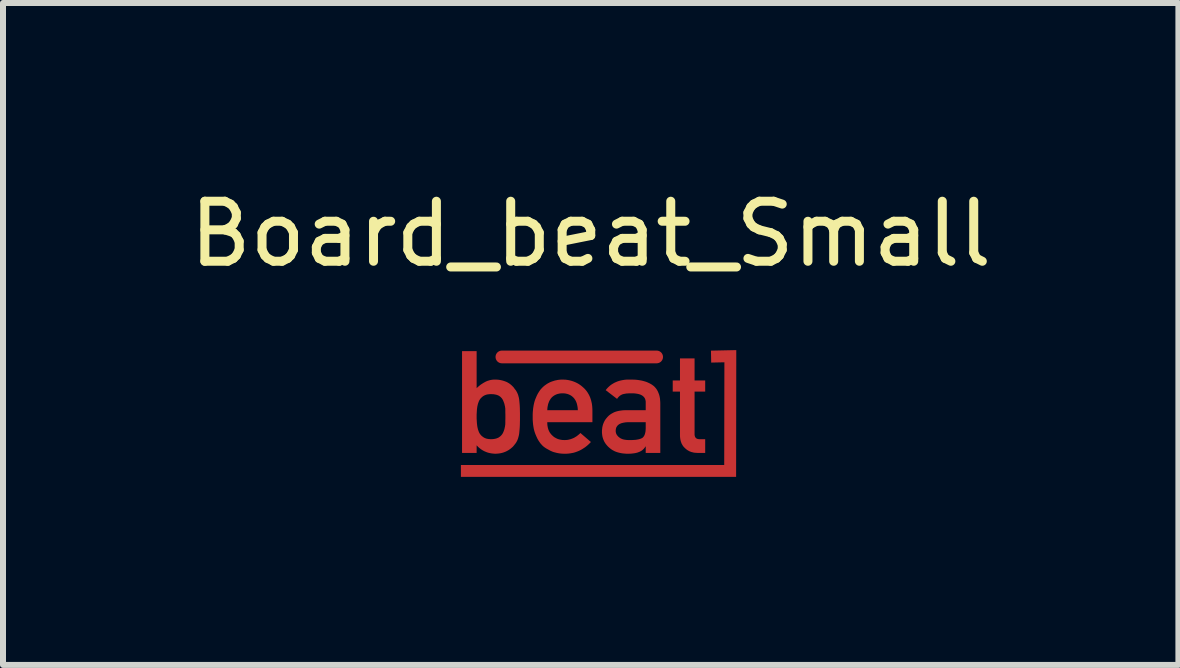
<source format=kicad_pcb>
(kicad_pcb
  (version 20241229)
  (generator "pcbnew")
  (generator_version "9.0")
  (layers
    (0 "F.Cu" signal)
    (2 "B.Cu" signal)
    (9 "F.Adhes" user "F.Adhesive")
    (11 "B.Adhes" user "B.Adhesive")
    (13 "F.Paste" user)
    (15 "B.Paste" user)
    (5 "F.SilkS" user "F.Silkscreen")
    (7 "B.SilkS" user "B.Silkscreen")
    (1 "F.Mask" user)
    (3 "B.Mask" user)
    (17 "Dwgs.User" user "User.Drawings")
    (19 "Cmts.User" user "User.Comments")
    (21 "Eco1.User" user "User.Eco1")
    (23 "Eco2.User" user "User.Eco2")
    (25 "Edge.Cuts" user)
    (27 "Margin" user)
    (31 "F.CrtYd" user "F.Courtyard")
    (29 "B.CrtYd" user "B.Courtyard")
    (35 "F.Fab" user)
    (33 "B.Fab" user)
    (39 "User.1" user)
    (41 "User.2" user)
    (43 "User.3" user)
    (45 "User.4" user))
  (footprint "Board_beat_Small"
    (layer "F.Cu")
    (at 6.792 3.848)
    (property "Reference" "Board_beat_Small" (at 0 -3 0) (unlocked yes) (layer "F.SilkS") (effects (font (size 1 1) (thickness 0.15))))
    (attr exclude_from_pos_files exclude_from_bom allow_missing_courtyard)
    (fp_line (start -1.48 -0.951) (end 1.098 -0.951) (stroke (width 0.212) (type solid)) (layer "F.Cu"))
    (fp_poly (pts (xy 2.422 1.047) (xy -2.163 1.047) (xy -2.163 0.849) (xy 2.224 0.849) (xy 2.227 -0.862) (xy 2.007 -0.857) (xy 2.003 -1.056) (xy 2.425 -1.065)) (stroke (width 0) (type solid)) (fill yes) (layer "F.Cu"))
    (fp_poly (pts (xy 1.73 -0.559) (xy 1.907 -0.559) (xy 1.907 -0.374) (xy 1.73 -0.374) (xy 1.73 0.329) (xy 1.73 0.335) (xy 1.73 0.34) (xy 1.73 0.345) (xy 1.731 0.351) (xy 1.732 0.355) (xy 1.732 0.36) (xy 1.733 0.365) (xy 1.735 0.369) (xy 1.736 0.373) (xy 1.737 0.377) (xy 1.739 0.381) (xy 1.741 0.385) (xy 1.743 0.388) (xy 1.745 0.391) (xy 1.748 0.395) (xy 1.75 0.397) (xy 1.753 0.4) (xy 1.756 0.403) (xy 1.759 0.405) (xy 1.762 0.407) (xy 1.766 0.409) (xy 1.77 0.411) (xy 1.773 0.413) (xy 1.777 0.414) (xy 1.782 0.415) (xy 1.786 0.416) (xy 1.791 0.417) (xy 1.795 0.418) (xy 1.8 0.418) (xy 1.805 0.419) (xy 1.811 0.419) (xy 1.816 0.419) (xy 1.907 0.419) (xy 1.907 0.648) (xy 1.78 0.648) (xy 1.764 0.647) (xy 1.749 0.646) (xy 1.734 0.645) (xy 1.719 0.643) (xy 1.705 0.64) (xy 1.691 0.636) (xy 1.677 0.633) (xy 1.664 0.628) (xy 1.651 0.623) (xy 1.638 0.617) (xy 1.626 0.61) (xy 1.614 0.603) (xy 1.603 0.596) (xy 1.592 0.587) (xy 1.581 0.578) (xy 1.571 0.569) (xy 1.561 0.559) (xy 1.551 0.549) (xy 1.542 0.538) (xy 1.534 0.527) (xy 1.527 0.515) (xy 1.52 0.502) (xy 1.513 0.49) (xy 1.508 0.476) (xy 1.503 0.462) (xy 1.499 0.448) (xy 1.495 0.433) (xy 1.492 0.417) (xy 1.49 0.401) (xy 1.488 0.385) (xy 1.487 0.368) (xy 1.487 0.35) (xy 1.487 -0.374) (xy 1.366 -0.374) (xy 1.366 -0.559) (xy 1.487 -0.559) (xy 1.487 -0.927) (xy 1.73 -0.927)) (stroke (width 0) (type solid)) (fill yes) (layer "F.Cu"))
    (fp_poly (pts (xy -0.444 -0.573) (xy -0.419 -0.572) (xy -0.395 -0.569) (xy -0.37 -0.565) (xy -0.347 -0.56) (xy -0.324 -0.554) (xy -0.301 -0.547) (xy -0.279 -0.539) (xy -0.257 -0.53) (xy -0.236 -0.52) (xy -0.215 -0.509) (xy -0.195 -0.497) (xy -0.176 -0.484) (xy -0.157 -0.47) (xy -0.138 -0.454) (xy -0.12 -0.438) (xy -0.102 -0.421) (xy -0.086 -0.403) (xy -0.07 -0.384) (xy -0.056 -0.364) (xy -0.043 -0.343) (xy -0.031 -0.322) (xy -0.02 -0.3) (xy -0.01 -0.277) (xy -0.002 -0.253) (xy 0.006 -0.228) (xy 0.012 -0.203) (xy 0.018 -0.177) (xy 0.022 -0.15) (xy 0.025 -0.122) (xy 0.027 -0.093) (xy 0.028 -0.064) (xy 0.028 0.136) (xy -0.724 0.136) (xy -0.724 0.154) (xy -0.723 0.171) (xy -0.722 0.188) (xy -0.719 0.204) (xy -0.716 0.22) (xy -0.713 0.235) (xy -0.708 0.25) (xy -0.704 0.264) (xy -0.698 0.277) (xy -0.692 0.29) (xy -0.685 0.303) (xy -0.677 0.315) (xy -0.669 0.326) (xy -0.66 0.337) (xy -0.651 0.347) (xy -0.641 0.357) (xy -0.631 0.366) (xy -0.621 0.375) (xy -0.61 0.383) (xy -0.599 0.391) (xy -0.587 0.397) (xy -0.575 0.404) (xy -0.563 0.409) (xy -0.551 0.415) (xy -0.538 0.419) (xy -0.524 0.423) (xy -0.51 0.426) (xy -0.496 0.429) (xy -0.482 0.431) (xy -0.467 0.433) (xy -0.452 0.433) (xy -0.436 0.434) (xy -0.418 0.433) (xy -0.4 0.432) (xy -0.382 0.43) (xy -0.364 0.426) (xy -0.347 0.422) (xy -0.33 0.417) (xy -0.313 0.411) (xy -0.296 0.404) (xy -0.28 0.397) (xy -0.264 0.388) (xy -0.248 0.378) (xy -0.232 0.368) (xy -0.217 0.356) (xy -0.202 0.344) (xy -0.187 0.331) (xy -0.172 0.316) (xy 0.003 0.466) (xy -0.02 0.49) (xy -0.044 0.513) (xy -0.068 0.533) (xy -0.093 0.553) (xy -0.119 0.57) (xy -0.144 0.586) (xy -0.171 0.601) (xy -0.198 0.614) (xy -0.225 0.625) (xy -0.253 0.635) (xy -0.282 0.644) (xy -0.311 0.65) (xy -0.34 0.655) (xy -0.37 0.659) (xy -0.401 0.661) (xy -0.432 0.662) (xy -0.455 0.661) (xy -0.479 0.66) (xy -0.502 0.658) (xy -0.526 0.655) (xy -0.549 0.651) (xy -0.572 0.646) (xy -0.595 0.64) (xy -0.618 0.634) (xy -0.629 0.63) (xy -0.64 0.626) (xy -0.651 0.621) (xy -0.662 0.616) (xy -0.673 0.611) (xy -0.684 0.605) (xy -0.695 0.599) (xy -0.706 0.593) (xy -0.717 0.587) (xy -0.728 0.581) (xy -0.739 0.575) (xy -0.75 0.568) (xy -0.76 0.561) (xy -0.771 0.554) (xy -0.781 0.546) (xy -0.791 0.538) (xy -0.8 0.53) (xy -0.809 0.521) (xy -0.818 0.511) (xy -0.827 0.501) (xy -0.836 0.491) (xy -0.844 0.48) (xy -0.852 0.469) (xy -0.86 0.457) (xy -0.868 0.446) (xy -0.875 0.433) (xy -0.883 0.42) (xy -0.89 0.407) (xy -0.896 0.393) (xy -0.903 0.379) (xy -0.909 0.365) (xy -0.915 0.35) (xy -0.922 0.335) (xy -0.927 0.32) (xy -0.933 0.304) (xy -0.938 0.287) (xy -0.943 0.27) (xy -0.947 0.253) (xy -0.951 0.235) (xy -0.954 0.216) (xy -0.957 0.197) (xy -0.96 0.177) (xy -0.962 0.157) (xy -0.964 0.136) (xy -0.967 0.093) (xy -0.967 0.048) (xy -0.967 0.026) (xy -0.967 0.004) (xy -0.966 -0.017) (xy -0.965 -0.038) (xy -0.963 -0.058) (xy -0.962 -0.064) (xy -0.724 -0.064) (xy -0.215 -0.064) (xy -0.216 -0.081) (xy -0.217 -0.098) (xy -0.219 -0.114) (xy -0.222 -0.13) (xy -0.225 -0.145) (xy -0.228 -0.16) (xy -0.232 -0.174) (xy -0.236 -0.187) (xy -0.241 -0.2) (xy -0.247 -0.213) (xy -0.253 -0.225) (xy -0.259 -0.236) (xy -0.267 -0.247) (xy -0.274 -0.258) (xy -0.282 -0.267) (xy -0.291 -0.277) (xy -0.3 -0.285) (xy -0.309 -0.293) (xy -0.318 -0.3) (xy -0.328 -0.307) (xy -0.338 -0.313) (xy -0.349 -0.318) (xy -0.359 -0.324) (xy -0.37 -0.328) (xy -0.382 -0.332) (xy -0.393 -0.336) (xy -0.405 -0.338) (xy -0.418 -0.341) (xy -0.43 -0.343) (xy -0.443 -0.344) (xy -0.456 -0.345) (xy -0.47 -0.345) (xy -0.483 -0.345) (xy -0.497 -0.344) (xy -0.51 -0.343) (xy -0.522 -0.341) (xy -0.534 -0.338) (xy -0.546 -0.336) (xy -0.558 -0.332) (xy -0.569 -0.328) (xy -0.58 -0.324) (xy -0.591 -0.318) (xy -0.601 -0.313) (xy -0.612 -0.307) (xy -0.621 -0.3) (xy -0.631 -0.293) (xy -0.64 -0.285) (xy -0.649 -0.277) (xy -0.657 -0.267) (xy -0.665 -0.258) (xy -0.672 -0.247) (xy -0.679 -0.236) (xy -0.686 -0.225) (xy -0.692 -0.213) (xy -0.697 -0.2) (xy -0.702 -0.187) (xy -0.707 -0.174) (xy -0.711 -0.16) (xy -0.714 -0.145) (xy -0.717 -0.13) (xy -0.72 -0.114) (xy -0.722 -0.098) (xy -0.723 -0.081) (xy -0.724 -0.064) (xy -0.962 -0.064) (xy -0.961 -0.078) (xy -0.959 -0.097) (xy -0.956 -0.116) (xy -0.953 -0.135) (xy -0.95 -0.152) (xy -0.946 -0.17) (xy -0.942 -0.187) (xy -0.938 -0.203) (xy -0.933 -0.219) (xy -0.928 -0.235) (xy -0.922 -0.25) (xy -0.916 -0.265) (xy -0.91 -0.279) (xy -0.904 -0.293) (xy -0.898 -0.307) (xy -0.891 -0.321) (xy -0.885 -0.333) (xy -0.878 -0.346) (xy -0.87 -0.358) (xy -0.863 -0.37) (xy -0.855 -0.381) (xy -0.848 -0.392) (xy -0.84 -0.403) (xy -0.832 -0.413) (xy -0.823 -0.422) (xy -0.815 -0.432) (xy -0.806 -0.441) (xy -0.797 -0.449) (xy -0.788 -0.458) (xy -0.778 -0.466) (xy -0.769 -0.474) (xy -0.759 -0.481) (xy -0.749 -0.488) (xy -0.739 -0.495) (xy -0.729 -0.502) (xy -0.719 -0.508) (xy -0.709 -0.514) (xy -0.698 -0.519) (xy -0.688 -0.525) (xy -0.677 -0.53) (xy -0.666 -0.535) (xy -0.655 -0.539) (xy -0.644 -0.543) (xy -0.622 -0.55) (xy -0.611 -0.554) (xy -0.6 -0.557) (xy -0.589 -0.56) (xy -0.578 -0.562) (xy -0.567 -0.564) (xy -0.556 -0.567) (xy -0.546 -0.568) (xy -0.535 -0.57) (xy -0.524 -0.571) (xy -0.513 -0.572) (xy -0.502 -0.573) (xy -0.491 -0.574) (xy -0.481 -0.574) (xy -0.47 -0.574)) (stroke (width 0) (type solid)) (fill yes) (layer "F.Cu"))
    (fp_poly (pts (xy 0.685 -0.574) (xy 0.712 -0.573) (xy 0.739 -0.572) (xy 0.765 -0.57) (xy 0.79 -0.567) (xy 0.815 -0.563) (xy 0.839 -0.559) (xy 0.862 -0.554) (xy 0.884 -0.548) (xy 0.906 -0.542) (xy 0.927 -0.535) (xy 0.947 -0.527) (xy 0.966 -0.518) (xy 0.985 -0.509) (xy 1.003 -0.499) (xy 1.021 -0.488) (xy 1.037 -0.476) (xy 1.053 -0.464) (xy 1.067 -0.45) (xy 1.08 -0.435) (xy 1.093 -0.419) (xy 1.104 -0.402) (xy 1.114 -0.384) (xy 1.123 -0.365) (xy 1.131 -0.345) (xy 1.139 -0.324) (xy 1.145 -0.302) (xy 1.15 -0.279) (xy 1.154 -0.255) (xy 1.156 -0.23) (xy 1.158 -0.204) (xy 1.159 -0.177) (xy 1.159 0.648) (xy 0.916 0.648) (xy 0.916 0.541) (xy 0.911 0.541) (xy 0.907 0.548) (xy 0.902 0.556) (xy 0.897 0.563) (xy 0.892 0.569) (xy 0.887 0.576) (xy 0.881 0.582) (xy 0.875 0.588) (xy 0.868 0.594) (xy 0.862 0.6) (xy 0.855 0.605) (xy 0.848 0.61) (xy 0.84 0.615) (xy 0.832 0.619) (xy 0.824 0.624) (xy 0.816 0.628) (xy 0.807 0.631) (xy 0.798 0.635) (xy 0.789 0.638) (xy 0.779 0.642) (xy 0.769 0.645) (xy 0.758 0.647) (xy 0.747 0.65) (xy 0.736 0.652) (xy 0.724 0.654) (xy 0.699 0.657) (xy 0.672 0.66) (xy 0.644 0.661) (xy 0.614 0.662) (xy 0.589 0.661) (xy 0.565 0.659) (xy 0.541 0.657) (xy 0.518 0.654) (xy 0.496 0.65) (xy 0.475 0.645) (xy 0.455 0.64) (xy 0.435 0.634) (xy 0.416 0.627) (xy 0.397 0.619) (xy 0.38 0.61) (xy 0.363 0.601) (xy 0.346 0.59) (xy 0.331 0.579) (xy 0.316 0.567) (xy 0.302 0.555) (xy 0.288 0.542) (xy 0.275 0.528) (xy 0.263 0.514) (xy 0.252 0.5) (xy 0.241 0.485) (xy 0.232 0.47) (xy 0.223 0.454) (xy 0.216 0.438) (xy 0.209 0.421) (xy 0.203 0.404) (xy 0.198 0.387) (xy 0.194 0.369) (xy 0.191 0.351) (xy 0.189 0.332) (xy 0.187 0.313) (xy 0.187 0.293) (xy 0.187 0.281) (xy 0.416 0.281) (xy 0.416 0.289) (xy 0.417 0.296) (xy 0.418 0.304) (xy 0.42 0.311) (xy 0.421 0.318) (xy 0.424 0.325) (xy 0.427 0.332) (xy 0.43 0.338) (xy 0.433 0.345) (xy 0.438 0.351) (xy 0.442 0.357) (xy 0.447 0.363) (xy 0.452 0.369) (xy 0.458 0.375) (xy 0.464 0.381) (xy 0.471 0.386) (xy 0.478 0.392) (xy 0.485 0.397) (xy 0.493 0.402) (xy 0.501 0.407) (xy 0.51 0.411) (xy 0.52 0.415) (xy 0.53 0.419) (xy 0.54 0.422) (xy 0.551 0.425) (xy 0.563 0.427) (xy 0.575 0.429) (xy 0.588 0.431) (xy 0.601 0.432) (xy 0.615 0.433) (xy 0.629 0.434) (xy 0.644 0.434) (xy 0.663 0.434) (xy 0.681 0.434) (xy 0.698 0.433) (xy 0.715 0.432) (xy 0.73 0.431) (xy 0.746 0.43) (xy 0.76 0.428) (xy 0.774 0.426) (xy 0.787 0.423) (xy 0.799 0.421) (xy 0.811 0.418) (xy 0.822 0.414) (xy 0.832 0.411) (xy 0.842 0.407) (xy 0.851 0.402) (xy 0.859 0.398) (xy 0.866 0.393) (xy 0.872 0.387) (xy 0.878 0.38) (xy 0.884 0.372) (xy 0.889 0.364) (xy 0.894 0.355) (xy 0.898 0.345) (xy 0.902 0.335) (xy 0.905 0.324) (xy 0.908 0.312) (xy 0.911 0.299) (xy 0.913 0.285) (xy 0.914 0.271) (xy 0.915 0.256) (xy 0.916 0.24) (xy 0.916 0.223) (xy 0.916 0.136) (xy 0.625 0.136) (xy 0.6 0.137) (xy 0.588 0.138) (xy 0.576 0.139) (xy 0.565 0.141) (xy 0.554 0.143) (xy 0.543 0.145) (xy 0.533 0.147) (xy 0.523 0.15) (xy 0.514 0.152) (xy 0.505 0.155) (xy 0.497 0.159) (xy 0.489 0.162) (xy 0.481 0.166) (xy 0.474 0.17) (xy 0.467 0.175) (xy 0.461 0.179) (xy 0.455 0.184) (xy 0.45 0.19) (xy 0.444 0.195) (xy 0.44 0.201) (xy 0.436 0.207) (xy 0.432 0.213) (xy 0.428 0.22) (xy 0.425 0.226) (xy 0.423 0.233) (xy 0.421 0.241) (xy 0.419 0.248) (xy 0.418 0.256) (xy 0.417 0.264) (xy 0.416 0.273) (xy 0.416 0.281) (xy 0.187 0.281) (xy 0.187 0.274) (xy 0.189 0.256) (xy 0.191 0.238) (xy 0.193 0.22) (xy 0.197 0.203) (xy 0.201 0.186) (xy 0.206 0.17) (xy 0.212 0.154) (xy 0.219 0.138) (xy 0.226 0.123) (xy 0.234 0.108) (xy 0.243 0.094) (xy 0.253 0.08) (xy 0.264 0.067) (xy 0.275 0.054) (xy 0.287 0.041) (xy 0.3 0.028) (xy 0.313 0.017) (xy 0.328 0.006) (xy 0.343 -0.004) (xy 0.359 -0.013) (xy 0.375 -0.022) (xy 0.392 -0.03) (xy 0.41 -0.037) (xy 0.429 -0.043) (xy 0.448 -0.048) (xy 0.469 -0.053) (xy 0.489 -0.056) (xy 0.511 -0.059) (xy 0.533 -0.062) (xy 0.556 -0.063) (xy 0.58 -0.064) (xy 0.916 -0.064) (xy 0.916 -0.191) (xy 0.916 -0.2) (xy 0.916 -0.21) (xy 0.914 -0.219) (xy 0.913 -0.228) (xy 0.911 -0.236) (xy 0.908 -0.245) (xy 0.905 -0.252) (xy 0.902 -0.26) (xy 0.898 -0.267) (xy 0.893 -0.274) (xy 0.888 -0.281) (xy 0.882 -0.287) (xy 0.876 -0.293) (xy 0.87 -0.299) (xy 0.863 -0.304) (xy 0.855 -0.309) (xy 0.847 -0.314) (xy 0.839 -0.318) (xy 0.821 -0.326) (xy 0.8 -0.332) (xy 0.778 -0.337) (xy 0.753 -0.341) (xy 0.727 -0.344) (xy 0.699 -0.345) (xy 0.669 -0.345) (xy 0.646 -0.345) (xy 0.626 -0.344) (xy 0.616 -0.343) (xy 0.606 -0.343) (xy 0.596 -0.342) (xy 0.587 -0.341) (xy 0.579 -0.339) (xy 0.57 -0.338) (xy 0.562 -0.336) (xy 0.554 -0.335) (xy 0.546 -0.333) (xy 0.539 -0.331) (xy 0.532 -0.329) (xy 0.525 -0.327) (xy 0.519 -0.324) (xy 0.512 -0.321) (xy 0.506 -0.317) (xy 0.5 -0.314) (xy 0.493 -0.31) (xy 0.488 -0.306) (xy 0.482 -0.302) (xy 0.477 -0.297) (xy 0.471 -0.292) (xy 0.466 -0.287) (xy 0.461 -0.282) (xy 0.457 -0.277) (xy 0.452 -0.271) (xy 0.448 -0.265) (xy 0.443 -0.259) (xy 0.439 -0.252) (xy 0.249 -0.398) (xy 0.266 -0.419) (xy 0.285 -0.44) (xy 0.305 -0.459) (xy 0.326 -0.477) (xy 0.348 -0.493) (xy 0.371 -0.507) (xy 0.395 -0.521) (xy 0.42 -0.532) (xy 0.446 -0.543) (xy 0.473 -0.552) (xy 0.501 -0.559) (xy 0.53 -0.565) (xy 0.56 -0.57) (xy 0.591 -0.573) (xy 0.624 -0.574) (xy 0.657 -0.574)) (stroke (width 0) (type solid)) (fill yes) (layer "F.Cu"))
    (fp_poly (pts (xy -1.901 -0.431) (xy -1.884 -0.447) (xy -1.867 -0.462) (xy -1.858 -0.469) (xy -1.85 -0.476) (xy -1.841 -0.483) (xy -1.832 -0.49) (xy -1.823 -0.496) (xy -1.813 -0.502) (xy -1.804 -0.508) (xy -1.795 -0.514) (xy -1.785 -0.52) (xy -1.775 -0.525) (xy -1.766 -0.531) (xy -1.756 -0.536) (xy -1.747 -0.541) (xy -1.737 -0.545) (xy -1.728 -0.549) (xy -1.718 -0.553) (xy -1.708 -0.556) (xy -1.698 -0.559) (xy -1.688 -0.562) (xy -1.678 -0.565) (xy -1.667 -0.567) (xy -1.656 -0.569) (xy -1.646 -0.571) (xy -1.635 -0.572) (xy -1.624 -0.573) (xy -1.612 -0.574) (xy -1.601 -0.574) (xy -1.589 -0.574) (xy -1.562 -0.573) (xy -1.536 -0.571) (xy -1.51 -0.567) (xy -1.486 -0.562) (xy -1.462 -0.556) (xy -1.44 -0.549) (xy -1.418 -0.541) (xy -1.408 -0.537) (xy -1.397 -0.532) (xy -1.387 -0.527) (xy -1.378 -0.521) (xy -1.368 -0.516) (xy -1.359 -0.51) (xy -1.35 -0.504) (xy -1.341 -0.497) (xy -1.332 -0.49) (xy -1.324 -0.483) (xy -1.316 -0.476) (xy -1.308 -0.468) (xy -1.3 -0.46) (xy -1.292 -0.452) (xy -1.285 -0.444) (xy -1.278 -0.435) (xy -1.272 -0.426) (xy -1.265 -0.416) (xy -1.259 -0.409) (xy -1.253 -0.401) (xy -1.247 -0.394) (xy -1.242 -0.386) (xy -1.237 -0.377) (xy -1.232 -0.368) (xy -1.227 -0.359) (xy -1.223 -0.35) (xy -1.219 -0.341) (xy -1.215 -0.331) (xy -1.211 -0.321) (xy -1.208 -0.311) (xy -1.205 -0.3) (xy -1.202 -0.289) (xy -1.199 -0.278) (xy -1.196 -0.266) (xy -1.192 -0.241) (xy -1.189 -0.212) (xy -1.186 -0.18) (xy -1.183 -0.143) (xy -1.181 -0.102) (xy -1.18 -0.058) (xy -1.179 -0.009) (xy -1.179 0.043) (xy -1.179 0.095) (xy -1.18 0.142) (xy -1.181 0.186) (xy -1.183 0.227) (xy -1.186 0.263) (xy -1.189 0.296) (xy -1.192 0.325) (xy -1.196 0.35) (xy -1.199 0.362) (xy -1.202 0.374) (xy -1.205 0.385) (xy -1.208 0.396) (xy -1.211 0.407) (xy -1.215 0.418) (xy -1.219 0.428) (xy -1.223 0.438) (xy -1.227 0.447) (xy -1.232 0.456) (xy -1.237 0.465) (xy -1.242 0.474) (xy -1.247 0.482) (xy -1.253 0.49) (xy -1.259 0.497) (xy -1.265 0.505) (xy -1.271 0.513) (xy -1.278 0.522) (xy -1.285 0.53) (xy -1.292 0.538) (xy -1.299 0.546) (xy -1.307 0.553) (xy -1.315 0.56) (xy -1.323 0.567) (xy -1.331 0.574) (xy -1.34 0.581) (xy -1.349 0.587) (xy -1.358 0.594) (xy -1.367 0.6) (xy -1.377 0.605) (xy -1.386 0.611) (xy -1.397 0.616) (xy -1.407 0.622) (xy -1.417 0.626) (xy -1.428 0.631) (xy -1.439 0.635) (xy -1.45 0.639) (xy -1.461 0.643) (xy -1.473 0.646) (xy -1.485 0.649) (xy -1.497 0.652) (xy -1.509 0.654) (xy -1.522 0.656) (xy -1.535 0.658) (xy -1.548 0.659) (xy -1.562 0.66) (xy -1.575 0.661) (xy -1.589 0.662) (xy -1.613 0.66) (xy -1.636 0.658) (xy -1.659 0.655) (xy -1.68 0.651) (xy -1.702 0.646) (xy -1.723 0.64) (xy -1.743 0.632) (xy -1.763 0.624) (xy -1.782 0.615) (xy -1.801 0.604) (xy -1.819 0.593) (xy -1.836 0.581) (xy -1.853 0.567) (xy -1.87 0.553) (xy -1.886 0.537) (xy -1.901 0.521) (xy -1.901 0.648) (xy -2.144 0.648) (xy -2.144 0.043) (xy -1.901 0.043) (xy -1.901 0.059) (xy -1.901 0.075) (xy -1.9 0.091) (xy -1.899 0.107) (xy -1.898 0.124) (xy -1.897 0.14) (xy -1.896 0.157) (xy -1.894 0.173) (xy -1.892 0.19) (xy -1.89 0.206) (xy -1.887 0.222) (xy -1.883 0.237) (xy -1.88 0.253) (xy -1.875 0.267) (xy -1.87 0.282) (xy -1.865 0.295) (xy -1.862 0.302) (xy -1.859 0.309) (xy -1.855 0.315) (xy -1.852 0.321) (xy -1.848 0.328) (xy -1.844 0.333) (xy -1.84 0.339) (xy -1.835 0.345) (xy -1.83 0.35) (xy -1.826 0.356) (xy -1.82 0.361) (xy -1.815 0.366) (xy -1.81 0.37) (xy -1.804 0.375) (xy -1.798 0.379) (xy -1.792 0.384) (xy -1.786 0.388) (xy -1.779 0.392) (xy -1.773 0.396) (xy -1.766 0.399) (xy -1.759 0.402) (xy -1.751 0.405) (xy -1.744 0.408) (xy -1.736 0.41) (xy -1.727 0.412) (xy -1.719 0.414) (xy -1.71 0.415) (xy -1.701 0.417) (xy -1.692 0.417) (xy -1.683 0.418) (xy -1.673 0.419) (xy -1.663 0.419) (xy -1.652 0.419) (xy -1.642 0.418) (xy -1.632 0.418) (xy -1.622 0.417) (xy -1.613 0.416) (xy -1.603 0.414) (xy -1.594 0.412) (xy -1.586 0.411) (xy -1.577 0.408) (xy -1.569 0.406) (xy -1.562 0.403) (xy -1.554 0.4) (xy -1.547 0.397) (xy -1.54 0.394) (xy -1.533 0.39) (xy -1.527 0.386) (xy -1.521 0.382) (xy -1.515 0.377) (xy -1.509 0.373) (xy -1.504 0.368) (xy -1.498 0.363) (xy -1.493 0.358) (xy -1.489 0.353) (xy -1.484 0.348) (xy -1.48 0.342) (xy -1.476 0.337) (xy -1.472 0.331) (xy -1.468 0.325) (xy -1.465 0.319) (xy -1.461 0.313) (xy -1.459 0.306) (xy -1.456 0.3) (xy -1.45 0.286) (xy -1.445 0.272) (xy -1.44 0.257) (xy -1.436 0.242) (xy -1.433 0.226) (xy -1.429 0.21) (xy -1.427 0.194) (xy -1.424 0.177) (xy -1.423 0.144) (xy -1.423 0.111) (xy -1.422 0.077) (xy -1.422 0.043) (xy -1.422 0.007) (xy -1.423 -0.028) (xy -1.423 -0.063) (xy -1.424 -0.098) (xy -1.427 -0.113) (xy -1.429 -0.129) (xy -1.433 -0.144) (xy -1.436 -0.159) (xy -1.44 -0.174) (xy -1.445 -0.188) (xy -1.45 -0.202) (xy -1.456 -0.216) (xy -1.459 -0.223) (xy -1.461 -0.23) (xy -1.465 -0.236) (xy -1.468 -0.242) (xy -1.472 -0.248) (xy -1.476 -0.254) (xy -1.48 -0.26) (xy -1.484 -0.265) (xy -1.489 -0.27) (xy -1.493 -0.275) (xy -1.498 -0.28) (xy -1.504 -0.285) (xy -1.509 -0.29) (xy -1.515 -0.294) (xy -1.521 -0.298) (xy -1.527 -0.302) (xy -1.533 -0.306) (xy -1.54 -0.309) (xy -1.547 -0.312) (xy -1.554 -0.315) (xy -1.562 -0.318) (xy -1.569 -0.32) (xy -1.577 -0.322) (xy -1.586 -0.324) (xy -1.594 -0.326) (xy -1.603 -0.327) (xy -1.613 -0.329) (xy -1.622 -0.33) (xy -1.632 -0.33) (xy -1.642 -0.331) (xy -1.652 -0.331) (xy -1.663 -0.331) (xy -1.673 -0.331) (xy -1.683 -0.331) (xy -1.692 -0.33) (xy -1.701 -0.329) (xy -1.71 -0.328) (xy -1.719 -0.327) (xy -1.727 -0.325) (xy -1.736 -0.323) (xy -1.744 -0.321) (xy -1.751 -0.318) (xy -1.759 -0.315) (xy -1.766 -0.312) (xy -1.773 -0.309) (xy -1.779 -0.305) (xy -1.786 -0.302) (xy -1.792 -0.298) (xy -1.798 -0.293) (xy -1.804 -0.289) (xy -1.81 -0.284) (xy -1.815 -0.279) (xy -1.82 -0.274) (xy -1.826 -0.269) (xy -1.83 -0.264) (xy -1.835 -0.259) (xy -1.84 -0.253) (xy -1.844 -0.247) (xy -1.848 -0.241) (xy -1.852 -0.235) (xy -1.855 -0.229) (xy -1.859 -0.223) (xy -1.862 -0.216) (xy -1.865 -0.209) (xy -1.87 -0.195) (xy -1.875 -0.181) (xy -1.88 -0.167) (xy -1.883 -0.152) (xy -1.887 -0.137) (xy -1.89 -0.122) (xy -1.892 -0.106) (xy -1.894 -0.091) (xy -1.896 -0.075) (xy -1.897 -0.058) (xy -1.898 -0.042) (xy -1.899 -0.025) (xy -1.9 -0.008) (xy -1.901 0.009) (xy -1.901 0.026) (xy -1.901 0.043) (xy -2.144 0.043) (xy -2.144 -1.048) (xy -1.901 -1.048)) (stroke (width 0) (type solid)) (fill yes) (layer "F.Cu"))
    (fp_line (start -1.48 -0.951) (end 1.098 -0.951) (stroke (width 0.212) (type solid)) (layer "F.Mask"))
    (fp_poly (pts (xy 2.422 1.047) (xy -2.163 1.047) (xy -2.163 0.849) (xy 2.224 0.849) (xy 2.227 -0.862) (xy 2.007 -0.857) (xy 2.003 -1.056) (xy 2.425 -1.065)) (stroke (width 0) (type solid)) (fill yes) (layer "F.Mask"))
    (fp_poly (pts (xy 1.73 -0.559) (xy 1.907 -0.559) (xy 1.907 -0.374) (xy 1.73 -0.374) (xy 1.73 0.329) (xy 1.73 0.335) (xy 1.73 0.34) (xy 1.73 0.345) (xy 1.731 0.351) (xy 1.732 0.355) (xy 1.732 0.36) (xy 1.733 0.365) (xy 1.735 0.369) (xy 1.736 0.373) (xy 1.737 0.377) (xy 1.739 0.381) (xy 1.741 0.385) (xy 1.743 0.388) (xy 1.745 0.391) (xy 1.748 0.395) (xy 1.75 0.397) (xy 1.753 0.4) (xy 1.756 0.403) (xy 1.759 0.405) (xy 1.762 0.407) (xy 1.766 0.409) (xy 1.77 0.411) (xy 1.773 0.413) (xy 1.777 0.414) (xy 1.782 0.415) (xy 1.786 0.416) (xy 1.791 0.417) (xy 1.795 0.418) (xy 1.8 0.418) (xy 1.805 0.419) (xy 1.811 0.419) (xy 1.816 0.419) (xy 1.907 0.419) (xy 1.907 0.648) (xy 1.78 0.648) (xy 1.764 0.647) (xy 1.749 0.646) (xy 1.734 0.645) (xy 1.719 0.643) (xy 1.705 0.64) (xy 1.691 0.636) (xy 1.677 0.633) (xy 1.664 0.628) (xy 1.651 0.623) (xy 1.638 0.617) (xy 1.626 0.61) (xy 1.614 0.603) (xy 1.603 0.596) (xy 1.592 0.587) (xy 1.581 0.578) (xy 1.571 0.569) (xy 1.561 0.559) (xy 1.551 0.549) (xy 1.542 0.538) (xy 1.534 0.527) (xy 1.527 0.515) (xy 1.52 0.502) (xy 1.513 0.49) (xy 1.508 0.476) (xy 1.503 0.462) (xy 1.499 0.448) (xy 1.495 0.433) (xy 1.492 0.417) (xy 1.49 0.401) (xy 1.488 0.385) (xy 1.487 0.368) (xy 1.487 0.35) (xy 1.487 -0.374) (xy 1.366 -0.374) (xy 1.366 -0.559) (xy 1.487 -0.559) (xy 1.487 -0.927) (xy 1.73 -0.927)) (stroke (width 0) (type solid)) (fill yes) (layer "F.Mask"))
    (fp_poly (pts (xy -0.444 -0.573) (xy -0.419 -0.572) (xy -0.395 -0.569) (xy -0.37 -0.565) (xy -0.347 -0.56) (xy -0.324 -0.554) (xy -0.301 -0.547) (xy -0.279 -0.539) (xy -0.257 -0.53) (xy -0.236 -0.52) (xy -0.215 -0.509) (xy -0.195 -0.497) (xy -0.176 -0.484) (xy -0.157 -0.47) (xy -0.138 -0.454) (xy -0.12 -0.438) (xy -0.102 -0.421) (xy -0.086 -0.403) (xy -0.07 -0.384) (xy -0.056 -0.364) (xy -0.043 -0.343) (xy -0.031 -0.322) (xy -0.02 -0.3) (xy -0.01 -0.277) (xy -0.002 -0.253) (xy 0.006 -0.228) (xy 0.012 -0.203) (xy 0.018 -0.177) (xy 0.022 -0.15) (xy 0.025 -0.122) (xy 0.027 -0.093) (xy 0.028 -0.064) (xy 0.028 0.136) (xy -0.724 0.136) (xy -0.724 0.154) (xy -0.723 0.171) (xy -0.722 0.188) (xy -0.719 0.204) (xy -0.716 0.22) (xy -0.713 0.235) (xy -0.708 0.25) (xy -0.704 0.264) (xy -0.698 0.277) (xy -0.692 0.29) (xy -0.685 0.303) (xy -0.677 0.315) (xy -0.669 0.326) (xy -0.66 0.337) (xy -0.651 0.347) (xy -0.641 0.357) (xy -0.631 0.366) (xy -0.621 0.375) (xy -0.61 0.383) (xy -0.599 0.391) (xy -0.587 0.397) (xy -0.575 0.404) (xy -0.563 0.409) (xy -0.551 0.415) (xy -0.538 0.419) (xy -0.524 0.423) (xy -0.51 0.426) (xy -0.496 0.429) (xy -0.482 0.431) (xy -0.467 0.433) (xy -0.452 0.433) (xy -0.436 0.434) (xy -0.418 0.433) (xy -0.4 0.432) (xy -0.382 0.43) (xy -0.364 0.426) (xy -0.347 0.422) (xy -0.33 0.417) (xy -0.313 0.411) (xy -0.296 0.404) (xy -0.28 0.397) (xy -0.264 0.388) (xy -0.248 0.378) (xy -0.232 0.368) (xy -0.217 0.356) (xy -0.202 0.344) (xy -0.187 0.331) (xy -0.172 0.316) (xy 0.003 0.466) (xy -0.02 0.49) (xy -0.044 0.513) (xy -0.068 0.533) (xy -0.093 0.553) (xy -0.119 0.57) (xy -0.144 0.586) (xy -0.171 0.601) (xy -0.198 0.614) (xy -0.225 0.625) (xy -0.253 0.635) (xy -0.282 0.644) (xy -0.311 0.65) (xy -0.34 0.655) (xy -0.37 0.659) (xy -0.401 0.661) (xy -0.432 0.662) (xy -0.455 0.661) (xy -0.479 0.66) (xy -0.502 0.658) (xy -0.526 0.655) (xy -0.549 0.651) (xy -0.572 0.646) (xy -0.595 0.64) (xy -0.618 0.634) (xy -0.629 0.63) (xy -0.64 0.626) (xy -0.651 0.621) (xy -0.662 0.616) (xy -0.673 0.611) (xy -0.684 0.605) (xy -0.695 0.599) (xy -0.706 0.593) (xy -0.717 0.587) (xy -0.728 0.581) (xy -0.739 0.575) (xy -0.75 0.568) (xy -0.76 0.561) (xy -0.771 0.554) (xy -0.781 0.546) (xy -0.791 0.538) (xy -0.8 0.53) (xy -0.809 0.521) (xy -0.818 0.511) (xy -0.827 0.501) (xy -0.836 0.491) (xy -0.844 0.48) (xy -0.852 0.469) (xy -0.86 0.457) (xy -0.868 0.446) (xy -0.875 0.433) (xy -0.883 0.42) (xy -0.89 0.407) (xy -0.896 0.393) (xy -0.903 0.379) (xy -0.909 0.365) (xy -0.915 0.35) (xy -0.922 0.335) (xy -0.927 0.32) (xy -0.933 0.304) (xy -0.938 0.287) (xy -0.943 0.27) (xy -0.947 0.253) (xy -0.951 0.235) (xy -0.954 0.216) (xy -0.957 0.197) (xy -0.96 0.177) (xy -0.962 0.157) (xy -0.964 0.136) (xy -0.967 0.093) (xy -0.967 0.048) (xy -0.967 0.026) (xy -0.967 0.004) (xy -0.966 -0.017) (xy -0.965 -0.038) (xy -0.963 -0.058) (xy -0.962 -0.064) (xy -0.724 -0.064) (xy -0.215 -0.064) (xy -0.216 -0.081) (xy -0.217 -0.098) (xy -0.219 -0.114) (xy -0.222 -0.13) (xy -0.225 -0.145) (xy -0.228 -0.16) (xy -0.232 -0.174) (xy -0.236 -0.187) (xy -0.241 -0.2) (xy -0.247 -0.213) (xy -0.253 -0.225) (xy -0.259 -0.236) (xy -0.267 -0.247) (xy -0.274 -0.258) (xy -0.282 -0.267) (xy -0.291 -0.277) (xy -0.3 -0.285) (xy -0.309 -0.293) (xy -0.318 -0.3) (xy -0.328 -0.307) (xy -0.338 -0.313) (xy -0.349 -0.318) (xy -0.359 -0.324) (xy -0.37 -0.328) (xy -0.382 -0.332) (xy -0.393 -0.336) (xy -0.405 -0.338) (xy -0.418 -0.341) (xy -0.43 -0.343) (xy -0.443 -0.344) (xy -0.456 -0.345) (xy -0.47 -0.345) (xy -0.483 -0.345) (xy -0.497 -0.344) (xy -0.51 -0.343) (xy -0.522 -0.341) (xy -0.534 -0.338) (xy -0.546 -0.336) (xy -0.558 -0.332) (xy -0.569 -0.328) (xy -0.58 -0.324) (xy -0.591 -0.318) (xy -0.601 -0.313) (xy -0.612 -0.307) (xy -0.621 -0.3) (xy -0.631 -0.293) (xy -0.64 -0.285) (xy -0.649 -0.277) (xy -0.657 -0.267) (xy -0.665 -0.258) (xy -0.672 -0.247) (xy -0.679 -0.236) (xy -0.686 -0.225) (xy -0.692 -0.213) (xy -0.697 -0.2) (xy -0.702 -0.187) (xy -0.707 -0.174) (xy -0.711 -0.16) (xy -0.714 -0.145) (xy -0.717 -0.13) (xy -0.72 -0.114) (xy -0.722 -0.098) (xy -0.723 -0.081) (xy -0.724 -0.064) (xy -0.962 -0.064) (xy -0.961 -0.078) (xy -0.959 -0.097) (xy -0.956 -0.116) (xy -0.953 -0.135) (xy -0.95 -0.152) (xy -0.946 -0.17) (xy -0.942 -0.187) (xy -0.938 -0.203) (xy -0.933 -0.219) (xy -0.928 -0.235) (xy -0.922 -0.25) (xy -0.916 -0.265) (xy -0.91 -0.279) (xy -0.904 -0.293) (xy -0.898 -0.307) (xy -0.891 -0.321) (xy -0.885 -0.333) (xy -0.878 -0.346) (xy -0.87 -0.358) (xy -0.863 -0.37) (xy -0.855 -0.381) (xy -0.848 -0.392) (xy -0.84 -0.403) (xy -0.832 -0.413) (xy -0.823 -0.422) (xy -0.815 -0.432) (xy -0.806 -0.441) (xy -0.797 -0.449) (xy -0.788 -0.458) (xy -0.778 -0.466) (xy -0.769 -0.474) (xy -0.759 -0.481) (xy -0.749 -0.488) (xy -0.739 -0.495) (xy -0.729 -0.502) (xy -0.719 -0.508) (xy -0.709 -0.514) (xy -0.698 -0.519) (xy -0.688 -0.525) (xy -0.677 -0.53) (xy -0.666 -0.535) (xy -0.655 -0.539) (xy -0.644 -0.543) (xy -0.622 -0.55) (xy -0.611 -0.554) (xy -0.6 -0.557) (xy -0.589 -0.56) (xy -0.578 -0.562) (xy -0.567 -0.564) (xy -0.556 -0.567) (xy -0.546 -0.568) (xy -0.535 -0.57) (xy -0.524 -0.571) (xy -0.513 -0.572) (xy -0.502 -0.573) (xy -0.491 -0.574) (xy -0.481 -0.574) (xy -0.47 -0.574)) (stroke (width 0) (type solid)) (fill yes) (layer "F.Mask"))
    (fp_poly (pts (xy 0.685 -0.574) (xy 0.712 -0.573) (xy 0.739 -0.572) (xy 0.765 -0.57) (xy 0.79 -0.567) (xy 0.815 -0.563) (xy 0.839 -0.559) (xy 0.862 -0.554) (xy 0.884 -0.548) (xy 0.906 -0.542) (xy 0.927 -0.535) (xy 0.947 -0.527) (xy 0.966 -0.518) (xy 0.985 -0.509) (xy 1.003 -0.499) (xy 1.021 -0.488) (xy 1.037 -0.476) (xy 1.053 -0.464) (xy 1.067 -0.45) (xy 1.08 -0.435) (xy 1.093 -0.419) (xy 1.104 -0.402) (xy 1.114 -0.384) (xy 1.123 -0.365) (xy 1.131 -0.345) (xy 1.139 -0.324) (xy 1.145 -0.302) (xy 1.15 -0.279) (xy 1.154 -0.255) (xy 1.156 -0.23) (xy 1.158 -0.204) (xy 1.159 -0.177) (xy 1.159 0.648) (xy 0.916 0.648) (xy 0.916 0.541) (xy 0.911 0.541) (xy 0.907 0.548) (xy 0.902 0.556) (xy 0.897 0.563) (xy 0.892 0.569) (xy 0.887 0.576) (xy 0.881 0.582) (xy 0.875 0.588) (xy 0.868 0.594) (xy 0.862 0.6) (xy 0.855 0.605) (xy 0.848 0.61) (xy 0.84 0.615) (xy 0.832 0.619) (xy 0.824 0.624) (xy 0.816 0.628) (xy 0.807 0.631) (xy 0.798 0.635) (xy 0.789 0.638) (xy 0.779 0.642) (xy 0.769 0.645) (xy 0.758 0.647) (xy 0.747 0.65) (xy 0.736 0.652) (xy 0.724 0.654) (xy 0.699 0.657) (xy 0.672 0.66) (xy 0.644 0.661) (xy 0.614 0.662) (xy 0.589 0.661) (xy 0.565 0.659) (xy 0.541 0.657) (xy 0.518 0.654) (xy 0.496 0.65) (xy 0.475 0.645) (xy 0.455 0.64) (xy 0.435 0.634) (xy 0.416 0.627) (xy 0.397 0.619) (xy 0.38 0.61) (xy 0.363 0.601) (xy 0.346 0.59) (xy 0.331 0.579) (xy 0.316 0.567) (xy 0.302 0.555) (xy 0.288 0.542) (xy 0.275 0.528) (xy 0.263 0.514) (xy 0.252 0.5) (xy 0.241 0.485) (xy 0.232 0.47) (xy 0.223 0.454) (xy 0.216 0.438) (xy 0.209 0.421) (xy 0.203 0.404) (xy 0.198 0.387) (xy 0.194 0.369) (xy 0.191 0.351) (xy 0.189 0.332) (xy 0.187 0.313) (xy 0.187 0.293) (xy 0.187 0.281) (xy 0.416 0.281) (xy 0.416 0.289) (xy 0.417 0.296) (xy 0.418 0.304) (xy 0.42 0.311) (xy 0.421 0.318) (xy 0.424 0.325) (xy 0.427 0.332) (xy 0.43 0.338) (xy 0.433 0.345) (xy 0.438 0.351) (xy 0.442 0.357) (xy 0.447 0.363) (xy 0.452 0.369) (xy 0.458 0.375) (xy 0.464 0.381) (xy 0.471 0.386) (xy 0.478 0.392) (xy 0.485 0.397) (xy 0.493 0.402) (xy 0.501 0.407) (xy 0.51 0.411) (xy 0.52 0.415) (xy 0.53 0.419) (xy 0.54 0.422) (xy 0.551 0.425) (xy 0.563 0.427) (xy 0.575 0.429) (xy 0.588 0.431) (xy 0.601 0.432) (xy 0.615 0.433) (xy 0.629 0.434) (xy 0.644 0.434) (xy 0.663 0.434) (xy 0.681 0.434) (xy 0.698 0.433) (xy 0.715 0.432) (xy 0.73 0.431) (xy 0.746 0.43) (xy 0.76 0.428) (xy 0.774 0.426) (xy 0.787 0.423) (xy 0.799 0.421) (xy 0.811 0.418) (xy 0.822 0.414) (xy 0.832 0.411) (xy 0.842 0.407) (xy 0.851 0.402) (xy 0.859 0.398) (xy 0.866 0.393) (xy 0.872 0.387) (xy 0.878 0.38) (xy 0.884 0.372) (xy 0.889 0.364) (xy 0.894 0.355) (xy 0.898 0.345) (xy 0.902 0.335) (xy 0.905 0.324) (xy 0.908 0.312) (xy 0.911 0.299) (xy 0.913 0.285) (xy 0.914 0.271) (xy 0.915 0.256) (xy 0.916 0.24) (xy 0.916 0.223) (xy 0.916 0.136) (xy 0.625 0.136) (xy 0.6 0.137) (xy 0.588 0.138) (xy 0.576 0.139) (xy 0.565 0.141) (xy 0.554 0.143) (xy 0.543 0.145) (xy 0.533 0.147) (xy 0.523 0.15) (xy 0.514 0.152) (xy 0.505 0.155) (xy 0.497 0.159) (xy 0.489 0.162) (xy 0.481 0.166) (xy 0.474 0.17) (xy 0.467 0.175) (xy 0.461 0.179) (xy 0.455 0.184) (xy 0.45 0.19) (xy 0.444 0.195) (xy 0.44 0.201) (xy 0.436 0.207) (xy 0.432 0.213) (xy 0.428 0.22) (xy 0.425 0.226) (xy 0.423 0.233) (xy 0.421 0.241) (xy 0.419 0.248) (xy 0.418 0.256) (xy 0.417 0.264) (xy 0.416 0.273) (xy 0.416 0.281) (xy 0.187 0.281) (xy 0.187 0.274) (xy 0.189 0.256) (xy 0.191 0.238) (xy 0.193 0.22) (xy 0.197 0.203) (xy 0.201 0.186) (xy 0.206 0.17) (xy 0.212 0.154) (xy 0.219 0.138) (xy 0.226 0.123) (xy 0.234 0.108) (xy 0.243 0.094) (xy 0.253 0.08) (xy 0.264 0.067) (xy 0.275 0.054) (xy 0.287 0.041) (xy 0.3 0.028) (xy 0.313 0.017) (xy 0.328 0.006) (xy 0.343 -0.004) (xy 0.359 -0.013) (xy 0.375 -0.022) (xy 0.392 -0.03) (xy 0.41 -0.037) (xy 0.429 -0.043) (xy 0.448 -0.048) (xy 0.469 -0.053) (xy 0.489 -0.056) (xy 0.511 -0.059) (xy 0.533 -0.062) (xy 0.556 -0.063) (xy 0.58 -0.064) (xy 0.916 -0.064) (xy 0.916 -0.191) (xy 0.916 -0.2) (xy 0.916 -0.21) (xy 0.914 -0.219) (xy 0.913 -0.228) (xy 0.911 -0.236) (xy 0.908 -0.245) (xy 0.905 -0.252) (xy 0.902 -0.26) (xy 0.898 -0.267) (xy 0.893 -0.274) (xy 0.888 -0.281) (xy 0.882 -0.287) (xy 0.876 -0.293) (xy 0.87 -0.299) (xy 0.863 -0.304) (xy 0.855 -0.309) (xy 0.847 -0.314) (xy 0.839 -0.318) (xy 0.821 -0.326) (xy 0.8 -0.332) (xy 0.778 -0.337) (xy 0.753 -0.341) (xy 0.727 -0.344) (xy 0.699 -0.345) (xy 0.669 -0.345) (xy 0.646 -0.345) (xy 0.626 -0.344) (xy 0.616 -0.343) (xy 0.606 -0.343) (xy 0.596 -0.342) (xy 0.587 -0.341) (xy 0.579 -0.339) (xy 0.57 -0.338) (xy 0.562 -0.336) (xy 0.554 -0.335) (xy 0.546 -0.333) (xy 0.539 -0.331) (xy 0.532 -0.329) (xy 0.525 -0.327) (xy 0.519 -0.324) (xy 0.512 -0.321) (xy 0.506 -0.317) (xy 0.5 -0.314) (xy 0.493 -0.31) (xy 0.488 -0.306) (xy 0.482 -0.302) (xy 0.477 -0.297) (xy 0.471 -0.292) (xy 0.466 -0.287) (xy 0.461 -0.282) (xy 0.457 -0.277) (xy 0.452 -0.271) (xy 0.448 -0.265) (xy 0.443 -0.259) (xy 0.439 -0.252) (xy 0.249 -0.398) (xy 0.266 -0.419) (xy 0.285 -0.44) (xy 0.305 -0.459) (xy 0.326 -0.477) (xy 0.348 -0.493) (xy 0.371 -0.507) (xy 0.395 -0.521) (xy 0.42 -0.532) (xy 0.446 -0.543) (xy 0.473 -0.552) (xy 0.501 -0.559) (xy 0.53 -0.565) (xy 0.56 -0.57) (xy 0.591 -0.573) (xy 0.624 -0.574) (xy 0.657 -0.574)) (stroke (width 0) (type solid)) (fill yes) (layer "F.Mask"))
    (fp_poly (pts (xy -1.901 -0.431) (xy -1.884 -0.447) (xy -1.867 -0.462) (xy -1.858 -0.469) (xy -1.85 -0.476) (xy -1.841 -0.483) (xy -1.832 -0.49) (xy -1.823 -0.496) (xy -1.813 -0.502) (xy -1.804 -0.508) (xy -1.795 -0.514) (xy -1.785 -0.52) (xy -1.775 -0.525) (xy -1.766 -0.531) (xy -1.756 -0.536) (xy -1.747 -0.541) (xy -1.737 -0.545) (xy -1.728 -0.549) (xy -1.718 -0.553) (xy -1.708 -0.556) (xy -1.698 -0.559) (xy -1.688 -0.562) (xy -1.678 -0.565) (xy -1.667 -0.567) (xy -1.656 -0.569) (xy -1.646 -0.571) (xy -1.635 -0.572) (xy -1.624 -0.573) (xy -1.612 -0.574) (xy -1.601 -0.574) (xy -1.589 -0.574) (xy -1.562 -0.573) (xy -1.536 -0.571) (xy -1.51 -0.567) (xy -1.486 -0.562) (xy -1.462 -0.556) (xy -1.44 -0.549) (xy -1.418 -0.541) (xy -1.408 -0.537) (xy -1.397 -0.532) (xy -1.387 -0.527) (xy -1.378 -0.521) (xy -1.368 -0.516) (xy -1.359 -0.51) (xy -1.35 -0.504) (xy -1.341 -0.497) (xy -1.332 -0.49) (xy -1.324 -0.483) (xy -1.316 -0.476) (xy -1.308 -0.468) (xy -1.3 -0.46) (xy -1.292 -0.452) (xy -1.285 -0.444) (xy -1.278 -0.435) (xy -1.272 -0.426) (xy -1.265 -0.416) (xy -1.259 -0.409) (xy -1.253 -0.401) (xy -1.247 -0.394) (xy -1.242 -0.386) (xy -1.237 -0.377) (xy -1.232 -0.368) (xy -1.227 -0.359) (xy -1.223 -0.35) (xy -1.219 -0.341) (xy -1.215 -0.331) (xy -1.211 -0.321) (xy -1.208 -0.311) (xy -1.205 -0.3) (xy -1.202 -0.289) (xy -1.199 -0.278) (xy -1.196 -0.266) (xy -1.192 -0.241) (xy -1.189 -0.212) (xy -1.186 -0.18) (xy -1.183 -0.143) (xy -1.181 -0.102) (xy -1.18 -0.058) (xy -1.179 -0.009) (xy -1.179 0.043) (xy -1.179 0.095) (xy -1.18 0.142) (xy -1.181 0.186) (xy -1.183 0.227) (xy -1.186 0.263) (xy -1.189 0.296) (xy -1.192 0.325) (xy -1.196 0.35) (xy -1.199 0.362) (xy -1.202 0.374) (xy -1.205 0.385) (xy -1.208 0.396) (xy -1.211 0.407) (xy -1.215 0.418) (xy -1.219 0.428) (xy -1.223 0.438) (xy -1.227 0.447) (xy -1.232 0.456) (xy -1.237 0.465) (xy -1.242 0.474) (xy -1.247 0.482) (xy -1.253 0.49) (xy -1.259 0.497) (xy -1.265 0.505) (xy -1.271 0.513) (xy -1.278 0.522) (xy -1.285 0.53) (xy -1.292 0.538) (xy -1.299 0.546) (xy -1.307 0.553) (xy -1.315 0.56) (xy -1.323 0.567) (xy -1.331 0.574) (xy -1.34 0.581) (xy -1.349 0.587) (xy -1.358 0.594) (xy -1.367 0.6) (xy -1.377 0.605) (xy -1.386 0.611) (xy -1.397 0.616) (xy -1.407 0.622) (xy -1.417 0.626) (xy -1.428 0.631) (xy -1.439 0.635) (xy -1.45 0.639) (xy -1.461 0.643) (xy -1.473 0.646) (xy -1.485 0.649) (xy -1.497 0.652) (xy -1.509 0.654) (xy -1.522 0.656) (xy -1.535 0.658) (xy -1.548 0.659) (xy -1.562 0.66) (xy -1.575 0.661) (xy -1.589 0.662) (xy -1.613 0.66) (xy -1.636 0.658) (xy -1.659 0.655) (xy -1.68 0.651) (xy -1.702 0.646) (xy -1.723 0.64) (xy -1.743 0.632) (xy -1.763 0.624) (xy -1.782 0.615) (xy -1.801 0.604) (xy -1.819 0.593) (xy -1.836 0.581) (xy -1.853 0.567) (xy -1.87 0.553) (xy -1.886 0.537) (xy -1.901 0.521) (xy -1.901 0.648) (xy -2.144 0.648) (xy -2.144 0.043) (xy -1.901 0.043) (xy -1.901 0.059) (xy -1.901 0.075) (xy -1.9 0.091) (xy -1.899 0.107) (xy -1.898 0.124) (xy -1.897 0.14) (xy -1.896 0.157) (xy -1.894 0.173) (xy -1.892 0.19) (xy -1.89 0.206) (xy -1.887 0.222) (xy -1.883 0.237) (xy -1.88 0.253) (xy -1.875 0.267) (xy -1.87 0.282) (xy -1.865 0.295) (xy -1.862 0.302) (xy -1.859 0.309) (xy -1.855 0.315) (xy -1.852 0.321) (xy -1.848 0.328) (xy -1.844 0.333) (xy -1.84 0.339) (xy -1.835 0.345) (xy -1.83 0.35) (xy -1.826 0.356) (xy -1.82 0.361) (xy -1.815 0.366) (xy -1.81 0.37) (xy -1.804 0.375) (xy -1.798 0.379) (xy -1.792 0.384) (xy -1.786 0.388) (xy -1.779 0.392) (xy -1.773 0.396) (xy -1.766 0.399) (xy -1.759 0.402) (xy -1.751 0.405) (xy -1.744 0.408) (xy -1.736 0.41) (xy -1.727 0.412) (xy -1.719 0.414) (xy -1.71 0.415) (xy -1.701 0.417) (xy -1.692 0.417) (xy -1.683 0.418) (xy -1.673 0.419) (xy -1.663 0.419) (xy -1.652 0.419) (xy -1.642 0.418) (xy -1.632 0.418) (xy -1.622 0.417) (xy -1.613 0.416) (xy -1.603 0.414) (xy -1.594 0.412) (xy -1.586 0.411) (xy -1.577 0.408) (xy -1.569 0.406) (xy -1.562 0.403) (xy -1.554 0.4) (xy -1.547 0.397) (xy -1.54 0.394) (xy -1.533 0.39) (xy -1.527 0.386) (xy -1.521 0.382) (xy -1.515 0.377) (xy -1.509 0.373) (xy -1.504 0.368) (xy -1.498 0.363) (xy -1.493 0.358) (xy -1.489 0.353) (xy -1.484 0.348) (xy -1.48 0.342) (xy -1.476 0.337) (xy -1.472 0.331) (xy -1.468 0.325) (xy -1.465 0.319) (xy -1.461 0.313) (xy -1.459 0.306) (xy -1.456 0.3) (xy -1.45 0.286) (xy -1.445 0.272) (xy -1.44 0.257) (xy -1.436 0.242) (xy -1.433 0.226) (xy -1.429 0.21) (xy -1.427 0.194) (xy -1.424 0.177) (xy -1.423 0.144) (xy -1.423 0.111) (xy -1.422 0.077) (xy -1.422 0.043) (xy -1.422 0.007) (xy -1.423 -0.028) (xy -1.423 -0.063) (xy -1.424 -0.098) (xy -1.427 -0.113) (xy -1.429 -0.129) (xy -1.433 -0.144) (xy -1.436 -0.159) (xy -1.44 -0.174) (xy -1.445 -0.188) (xy -1.45 -0.202) (xy -1.456 -0.216) (xy -1.459 -0.223) (xy -1.461 -0.23) (xy -1.465 -0.236) (xy -1.468 -0.242) (xy -1.472 -0.248) (xy -1.476 -0.254) (xy -1.48 -0.26) (xy -1.484 -0.265) (xy -1.489 -0.27) (xy -1.493 -0.275) (xy -1.498 -0.28) (xy -1.504 -0.285) (xy -1.509 -0.29) (xy -1.515 -0.294) (xy -1.521 -0.298) (xy -1.527 -0.302) (xy -1.533 -0.306) (xy -1.54 -0.309) (xy -1.547 -0.312) (xy -1.554 -0.315) (xy -1.562 -0.318) (xy -1.569 -0.32) (xy -1.577 -0.322) (xy -1.586 -0.324) (xy -1.594 -0.326) (xy -1.603 -0.327) (xy -1.613 -0.329) (xy -1.622 -0.33) (xy -1.632 -0.33) (xy -1.642 -0.331) (xy -1.652 -0.331) (xy -1.663 -0.331) (xy -1.673 -0.331) (xy -1.683 -0.331) (xy -1.692 -0.33) (xy -1.701 -0.329) (xy -1.71 -0.328) (xy -1.719 -0.327) (xy -1.727 -0.325) (xy -1.736 -0.323) (xy -1.744 -0.321) (xy -1.751 -0.318) (xy -1.759 -0.315) (xy -1.766 -0.312) (xy -1.773 -0.309) (xy -1.779 -0.305) (xy -1.786 -0.302) (xy -1.792 -0.298) (xy -1.798 -0.293) (xy -1.804 -0.289) (xy -1.81 -0.284) (xy -1.815 -0.279) (xy -1.82 -0.274) (xy -1.826 -0.269) (xy -1.83 -0.264) (xy -1.835 -0.259) (xy -1.84 -0.253) (xy -1.844 -0.247) (xy -1.848 -0.241) (xy -1.852 -0.235) (xy -1.855 -0.229) (xy -1.859 -0.223) (xy -1.862 -0.216) (xy -1.865 -0.209) (xy -1.87 -0.195) (xy -1.875 -0.181) (xy -1.88 -0.167) (xy -1.883 -0.152) (xy -1.887 -0.137) (xy -1.89 -0.122) (xy -1.892 -0.106) (xy -1.894 -0.091) (xy -1.896 -0.075) (xy -1.897 -0.058) (xy -1.898 -0.042) (xy -1.899 -0.025) (xy -1.9 -0.008) (xy -1.901 0.009) (xy -1.901 0.026) (xy -1.901 0.043) (xy -2.144 0.043) (xy -2.144 -1.048) (xy -1.901 -1.048)) (stroke (width 0) (type solid)) (fill yes) (layer "F.Mask"))
    (zone (net_name "") (layer "F.Cu") (hatch edge 0.508) (connect_pads) (min_thickness 0.254) (filled_areas_thickness no) (keepout (tracks not_allowed) (vias not_allowed) (pads not_allowed) (copperpour not_allowed) (footprints not_allowed)) (placement (enabled no)) (fill) (polygon (pts (xy 9.463 5.028) (xy 4.414 5.028) (xy 4.414 2.7) (xy 9.463 2.7)))))
  (gr_rect
    (start -3 -3)
    (end 16.583 8.028)
    (stroke (width 0.1) (type default))
    (fill no)
    (layer "Edge.Cuts")))
</source>
